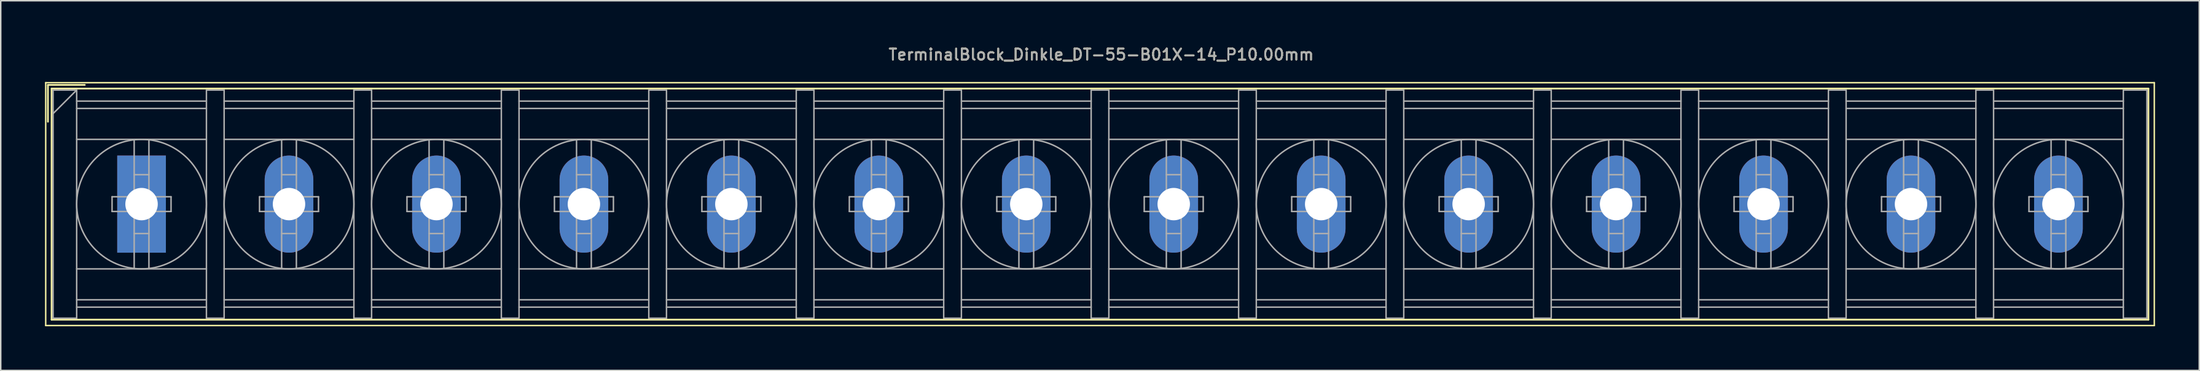
<source format=kicad_pcb>
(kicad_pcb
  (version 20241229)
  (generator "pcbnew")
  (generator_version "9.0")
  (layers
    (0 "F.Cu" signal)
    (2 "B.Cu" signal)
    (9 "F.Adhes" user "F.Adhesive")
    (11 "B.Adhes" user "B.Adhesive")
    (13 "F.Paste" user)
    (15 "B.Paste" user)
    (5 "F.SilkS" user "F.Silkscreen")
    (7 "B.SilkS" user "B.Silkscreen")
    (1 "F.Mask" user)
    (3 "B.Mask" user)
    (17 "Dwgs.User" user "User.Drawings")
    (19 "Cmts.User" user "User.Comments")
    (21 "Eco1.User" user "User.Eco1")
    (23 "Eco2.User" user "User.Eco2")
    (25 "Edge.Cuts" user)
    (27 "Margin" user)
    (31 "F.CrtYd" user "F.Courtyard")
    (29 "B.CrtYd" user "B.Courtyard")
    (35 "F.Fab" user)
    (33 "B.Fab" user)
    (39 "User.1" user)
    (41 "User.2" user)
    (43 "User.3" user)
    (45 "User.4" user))
  (footprint "TerminalBlock_Dinkle_DT-55-B01X-14_P10.00mm"
    (layer "F.Cu")
    (at 6.55 10.818)
    (property "Reference" "TerminalBlock_Dinkle_DT-55-B01X-14_P10.00mm" (at 65.08 -10.16 0) (layer "F.SilkS") (effects (font (size 0.75 0.75) (thickness 0.125))))
    (attr through_hole)
    (fp_line (start -6.5 -8.25) (end 136.5 -8.25) (stroke (width 0.1) (type solid)) (layer "F.SilkS"))
    (fp_line (start -6.5 8.25) (end -6.5 -8.25) (stroke (width 0.1) (type solid)) (layer "F.SilkS"))
    (fp_line (start -6.5 8.25) (end 136.5 8.25) (stroke (width 0.1) (type solid)) (layer "F.SilkS"))
    (fp_line (start -6.35 -8.1) (end -3.85 -8.1) (stroke (width 0.12) (type solid)) (layer "F.SilkS"))
    (fp_line (start -6.35 -5.6) (end -6.35 -8.1) (stroke (width 0.12) (type solid)) (layer "F.SilkS"))
    (fp_line (start -6.1 -7.85) (end 136.1 -7.85) (stroke (width 0.12) (type solid)) (layer "F.SilkS"))
    (fp_line (start -6.1 7.85) (end -6.1 -7.85) (stroke (width 0.12) (type solid)) (layer "F.SilkS"))
    (fp_line (start -6.1 7.85) (end 136.1 7.85) (stroke (width 0.12) (type solid)) (layer "F.SilkS"))
    (fp_line (start 136.1 -7.85) (end 136.1 7.85) (stroke (width 0.12) (type solid)) (layer "F.SilkS"))
    (fp_line (start 136.5 -8.25) (end 136.5 8.25) (stroke (width 0.1) (type solid)) (layer "F.SilkS"))
    (fp_line (start -6 -7.75) (end -6 7.75) (stroke (width 0.1) (type solid)) (layer "F.Fab"))
    (fp_line (start -6 -7.75) (end -4.4 -7.75) (stroke (width 0.1) (type solid)) (layer "F.Fab"))
    (fp_line (start -6 7.75) (end -4.4 7.75) (stroke (width 0.1) (type solid)) (layer "F.Fab"))
    (fp_line (start -4.4 -7.75) (end -6 -6.15) (stroke (width 0.1) (type solid)) (layer "F.Fab"))
    (fp_line (start -4.4 -7.75) (end -4.4 7.75) (stroke (width 0.1) (type solid)) (layer "F.Fab"))
    (fp_line (start -4.4 -7) (end 4.4 -7) (stroke (width 0.1) (type solid)) (layer "F.Fab"))
    (fp_line (start -4.4 -6.5) (end 4.4 -6.5) (stroke (width 0.1) (type solid)) (layer "F.Fab"))
    (fp_line (start -4.4 -4.4) (end 4.4 -4.4) (stroke (width 0.1) (type solid)) (layer "F.Fab"))
    (fp_line (start -4.4 4.4) (end 4.4 4.4) (stroke (width 0.1) (type solid)) (layer "F.Fab"))
    (fp_line (start -4.4 6.5) (end 4.4 6.5) (stroke (width 0.1) (type solid)) (layer "F.Fab"))
    (fp_line (start -4.4 7) (end 4.4 7) (stroke (width 0.1) (type solid)) (layer "F.Fab"))
    (fp_line (start -2 -0.5) (end -2 0.5) (stroke (width 0.1) (type solid)) (layer "F.Fab"))
    (fp_line (start -2 0.5) (end -0.5 0.5) (stroke (width 0.1) (type solid)) (layer "F.Fab"))
    (fp_line (start -0.5 -4.35) (end -0.5 -0.5) (stroke (width 0.1) (type solid)) (layer "F.Fab"))
    (fp_line (start -0.5 -2) (end 0.5 -2) (stroke (width 0.1) (type solid)) (layer "F.Fab"))
    (fp_line (start -0.5 -0.5) (end -2 -0.5) (stroke (width 0.1) (type solid)) (layer "F.Fab"))
    (fp_line (start -0.5 0.5) (end -0.5 4.35) (stroke (width 0.1) (type solid)) (layer "F.Fab"))
    (fp_line (start -0.5 2) (end 0.5 2) (stroke (width 0.1) (type solid)) (layer "F.Fab"))
    (fp_line (start 0.5 -4.35) (end 0.5 -0.5) (stroke (width 0.1) (type solid)) (layer "F.Fab"))
    (fp_line (start 0.5 -0.5) (end 2 -0.5) (stroke (width 0.1) (type solid)) (layer "F.Fab"))
    (fp_line (start 0.5 0.5) (end 0.5 4.35) (stroke (width 0.1) (type solid)) (layer "F.Fab"))
    (fp_line (start 2 -0.5) (end 2 0.5) (stroke (width 0.1) (type solid)) (layer "F.Fab"))
    (fp_line (start 2 0.5) (end 0.5 0.5) (stroke (width 0.1) (type solid)) (layer "F.Fab"))
    (fp_line (start 4.4 -7.75) (end 4.4 7.75) (stroke (width 0.1) (type solid)) (layer "F.Fab"))
    (fp_line (start 4.4 -7.75) (end 5.6 -7.75) (stroke (width 0.1) (type solid)) (layer "F.Fab"))
    (fp_line (start 4.4 7.75) (end 5.6 7.75) (stroke (width 0.1) (type solid)) (layer "F.Fab"))
    (fp_line (start 5.6 -7.75) (end 5.6 7.75) (stroke (width 0.1) (type solid)) (layer "F.Fab"))
    (fp_line (start 5.6 -7) (end 14.4 -7) (stroke (width 0.1) (type solid)) (layer "F.Fab"))
    (fp_line (start 5.6 -6.5) (end 14.4 -6.5) (stroke (width 0.1) (type solid)) (layer "F.Fab"))
    (fp_line (start 5.6 -4.4) (end 14.4 -4.4) (stroke (width 0.1) (type solid)) (layer "F.Fab"))
    (fp_line (start 5.6 4.4) (end 14.4 4.4) (stroke (width 0.1) (type solid)) (layer "F.Fab"))
    (fp_line (start 5.6 6.5) (end 14.4 6.5) (stroke (width 0.1) (type solid)) (layer "F.Fab"))
    (fp_line (start 5.6 7) (end 14.4 7) (stroke (width 0.1) (type solid)) (layer "F.Fab"))
    (fp_line (start 8 -0.5) (end 8 0.5) (stroke (width 0.1) (type solid)) (layer "F.Fab"))
    (fp_line (start 8 0.5) (end 9.5 0.5) (stroke (width 0.1) (type solid)) (layer "F.Fab"))
    (fp_line (start 9.5 -4.35) (end 9.5 -0.5) (stroke (width 0.1) (type solid)) (layer "F.Fab"))
    (fp_line (start 9.5 -2) (end 10.5 -2) (stroke (width 0.1) (type solid)) (layer "F.Fab"))
    (fp_line (start 9.5 -0.5) (end 8 -0.5) (stroke (width 0.1) (type solid)) (layer "F.Fab"))
    (fp_line (start 9.5 0.5) (end 9.5 4.35) (stroke (width 0.1) (type solid)) (layer "F.Fab"))
    (fp_line (start 9.5 2) (end 10.5 2) (stroke (width 0.1) (type solid)) (layer "F.Fab"))
    (fp_line (start 10.5 -4.35) (end 10.5 -0.5) (stroke (width 0.1) (type solid)) (layer "F.Fab"))
    (fp_line (start 10.5 -0.5) (end 12 -0.5) (stroke (width 0.1) (type solid)) (layer "F.Fab"))
    (fp_line (start 10.5 0.5) (end 10.5 4.35) (stroke (width 0.1) (type solid)) (layer "F.Fab"))
    (fp_line (start 12 -0.5) (end 12 0.5) (stroke (width 0.1) (type solid)) (layer "F.Fab"))
    (fp_line (start 12 0.5) (end 10.5 0.5) (stroke (width 0.1) (type solid)) (layer "F.Fab"))
    (fp_line (start 14.4 -7.75) (end 14.4 7.75) (stroke (width 0.1) (type solid)) (layer "F.Fab"))
    (fp_line (start 14.4 -7.75) (end 15.6 -7.75) (stroke (width 0.1) (type solid)) (layer "F.Fab"))
    (fp_line (start 14.4 7.75) (end 15.6 7.75) (stroke (width 0.1) (type solid)) (layer "F.Fab"))
    (fp_line (start 15.6 -7.75) (end 15.6 7.75) (stroke (width 0.1) (type solid)) (layer "F.Fab"))
    (fp_line (start 15.6 -7) (end 24.4 -7) (stroke (width 0.1) (type solid)) (layer "F.Fab"))
    (fp_line (start 15.6 -6.5) (end 24.4 -6.5) (stroke (width 0.1) (type solid)) (layer "F.Fab"))
    (fp_line (start 15.6 -4.4) (end 24.4 -4.4) (stroke (width 0.1) (type solid)) (layer "F.Fab"))
    (fp_line (start 15.6 4.4) (end 24.4 4.4) (stroke (width 0.1) (type solid)) (layer "F.Fab"))
    (fp_line (start 15.6 6.5) (end 24.4 6.5) (stroke (width 0.1) (type solid)) (layer "F.Fab"))
    (fp_line (start 15.6 7) (end 24.4 7) (stroke (width 0.1) (type solid)) (layer "F.Fab"))
    (fp_line (start 18 -0.5) (end 18 0.5) (stroke (width 0.1) (type solid)) (layer "F.Fab"))
    (fp_line (start 18 0.5) (end 19.5 0.5) (stroke (width 0.1) (type solid)) (layer "F.Fab"))
    (fp_line (start 19.5 -4.35) (end 19.5 -0.5) (stroke (width 0.1) (type solid)) (layer "F.Fab"))
    (fp_line (start 19.5 -2) (end 20.5 -2) (stroke (width 0.1) (type solid)) (layer "F.Fab"))
    (fp_line (start 19.5 -0.5) (end 18 -0.5) (stroke (width 0.1) (type solid)) (layer "F.Fab"))
    (fp_line (start 19.5 0.5) (end 19.5 4.35) (stroke (width 0.1) (type solid)) (layer "F.Fab"))
    (fp_line (start 19.5 2) (end 20.5 2) (stroke (width 0.1) (type solid)) (layer "F.Fab"))
    (fp_line (start 20.5 -4.35) (end 20.5 -0.5) (stroke (width 0.1) (type solid)) (layer "F.Fab"))
    (fp_line (start 20.5 -0.5) (end 22 -0.5) (stroke (width 0.1) (type solid)) (layer "F.Fab"))
    (fp_line (start 20.5 0.5) (end 20.5 4.35) (stroke (width 0.1) (type solid)) (layer "F.Fab"))
    (fp_line (start 22 -0.5) (end 22 0.5) (stroke (width 0.1) (type solid)) (layer "F.Fab"))
    (fp_line (start 22 0.5) (end 20.5 0.5) (stroke (width 0.1) (type solid)) (layer "F.Fab"))
    (fp_line (start 24.4 -7.75) (end 24.4 7.75) (stroke (width 0.1) (type solid)) (layer "F.Fab"))
    (fp_line (start 24.4 -7.75) (end 25.6 -7.75) (stroke (width 0.1) (type solid)) (layer "F.Fab"))
    (fp_line (start 24.4 7.75) (end 25.6 7.75) (stroke (width 0.1) (type solid)) (layer "F.Fab"))
    (fp_line (start 25.6 -7.75) (end 25.6 7.75) (stroke (width 0.1) (type solid)) (layer "F.Fab"))
    (fp_line (start 25.6 -7) (end 34.4 -7) (stroke (width 0.1) (type solid)) (layer "F.Fab"))
    (fp_line (start 25.6 -6.5) (end 34.4 -6.5) (stroke (width 0.1) (type solid)) (layer "F.Fab"))
    (fp_line (start 25.6 -4.4) (end 34.4 -4.4) (stroke (width 0.1) (type solid)) (layer "F.Fab"))
    (fp_line (start 25.6 4.4) (end 34.4 4.4) (stroke (width 0.1) (type solid)) (layer "F.Fab"))
    (fp_line (start 25.6 6.5) (end 34.4 6.5) (stroke (width 0.1) (type solid)) (layer "F.Fab"))
    (fp_line (start 25.6 7) (end 34.4 7) (stroke (width 0.1) (type solid)) (layer "F.Fab"))
    (fp_line (start 28 -0.5) (end 28 0.5) (stroke (width 0.1) (type solid)) (layer "F.Fab"))
    (fp_line (start 28 0.5) (end 29.5 0.5) (stroke (width 0.1) (type solid)) (layer "F.Fab"))
    (fp_line (start 29.5 -4.35) (end 29.5 -0.5) (stroke (width 0.1) (type solid)) (layer "F.Fab"))
    (fp_line (start 29.5 -2) (end 30.5 -2) (stroke (width 0.1) (type solid)) (layer "F.Fab"))
    (fp_line (start 29.5 -0.5) (end 28 -0.5) (stroke (width 0.1) (type solid)) (layer "F.Fab"))
    (fp_line (start 29.5 0.5) (end 29.5 4.35) (stroke (width 0.1) (type solid)) (layer "F.Fab"))
    (fp_line (start 29.5 2) (end 30.5 2) (stroke (width 0.1) (type solid)) (layer "F.Fab"))
    (fp_line (start 30.5 -4.35) (end 30.5 -0.5) (stroke (width 0.1) (type solid)) (layer "F.Fab"))
    (fp_line (start 30.5 -0.5) (end 32 -0.5) (stroke (width 0.1) (type solid)) (layer "F.Fab"))
    (fp_line (start 30.5 0.5) (end 30.5 4.35) (stroke (width 0.1) (type solid)) (layer "F.Fab"))
    (fp_line (start 32 -0.5) (end 32 0.5) (stroke (width 0.1) (type solid)) (layer "F.Fab"))
    (fp_line (start 32 0.5) (end 30.5 0.5) (stroke (width 0.1) (type solid)) (layer "F.Fab"))
    (fp_line (start 34.4 -7.75) (end 34.4 7.75) (stroke (width 0.1) (type solid)) (layer "F.Fab"))
    (fp_line (start 34.4 -7.75) (end 35.6 -7.75) (stroke (width 0.1) (type solid)) (layer "F.Fab"))
    (fp_line (start 34.4 7.75) (end 35.6 7.75) (stroke (width 0.1) (type solid)) (layer "F.Fab"))
    (fp_line (start 35.6 -7.75) (end 35.6 7.75) (stroke (width 0.1) (type solid)) (layer "F.Fab"))
    (fp_line (start 35.6 -7) (end 44.4 -7) (stroke (width 0.1) (type solid)) (layer "F.Fab"))
    (fp_line (start 35.6 -6.5) (end 44.4 -6.5) (stroke (width 0.1) (type solid)) (layer "F.Fab"))
    (fp_line (start 35.6 -4.4) (end 44.4 -4.4) (stroke (width 0.1) (type solid)) (layer "F.Fab"))
    (fp_line (start 35.6 4.4) (end 44.4 4.4) (stroke (width 0.1) (type solid)) (layer "F.Fab"))
    (fp_line (start 35.6 6.5) (end 44.4 6.5) (stroke (width 0.1) (type solid)) (layer "F.Fab"))
    (fp_line (start 35.6 7) (end 44.4 7) (stroke (width 0.1) (type solid)) (layer "F.Fab"))
    (fp_line (start 38 -0.5) (end 38 0.5) (stroke (width 0.1) (type solid)) (layer "F.Fab"))
    (fp_line (start 38 0.5) (end 39.5 0.5) (stroke (width 0.1) (type solid)) (layer "F.Fab"))
    (fp_line (start 39.5 -4.35) (end 39.5 -0.5) (stroke (width 0.1) (type solid)) (layer "F.Fab"))
    (fp_line (start 39.5 -2) (end 40.5 -2) (stroke (width 0.1) (type solid)) (layer "F.Fab"))
    (fp_line (start 39.5 -0.5) (end 38 -0.5) (stroke (width 0.1) (type solid)) (layer "F.Fab"))
    (fp_line (start 39.5 0.5) (end 39.5 4.35) (stroke (width 0.1) (type solid)) (layer "F.Fab"))
    (fp_line (start 39.5 2) (end 40.5 2) (stroke (width 0.1) (type solid)) (layer "F.Fab"))
    (fp_line (start 40.5 -4.35) (end 40.5 -0.5) (stroke (width 0.1) (type solid)) (layer "F.Fab"))
    (fp_line (start 40.5 -0.5) (end 42 -0.5) (stroke (width 0.1) (type solid)) (layer "F.Fab"))
    (fp_line (start 40.5 0.5) (end 40.5 4.35) (stroke (width 0.1) (type solid)) (layer "F.Fab"))
    (fp_line (start 42 -0.5) (end 42 0.5) (stroke (width 0.1) (type solid)) (layer "F.Fab"))
    (fp_line (start 42 0.5) (end 40.5 0.5) (stroke (width 0.1) (type solid)) (layer "F.Fab"))
    (fp_line (start 44.4 -7.75) (end 44.4 7.75) (stroke (width 0.1) (type solid)) (layer "F.Fab"))
    (fp_line (start 44.4 -7.75) (end 45.6 -7.75) (stroke (width 0.1) (type solid)) (layer "F.Fab"))
    (fp_line (start 44.4 7.75) (end 45.6 7.75) (stroke (width 0.1) (type solid)) (layer "F.Fab"))
    (fp_line (start 45.6 -7.75) (end 45.6 7.75) (stroke (width 0.1) (type solid)) (layer "F.Fab"))
    (fp_line (start 45.6 -7) (end 54.4 -7) (stroke (width 0.1) (type solid)) (layer "F.Fab"))
    (fp_line (start 45.6 -6.5) (end 54.4 -6.5) (stroke (width 0.1) (type solid)) (layer "F.Fab"))
    (fp_line (start 45.6 -4.4) (end 54.4 -4.4) (stroke (width 0.1) (type solid)) (layer "F.Fab"))
    (fp_line (start 45.6 4.4) (end 54.4 4.4) (stroke (width 0.1) (type solid)) (layer "F.Fab"))
    (fp_line (start 45.6 6.5) (end 54.4 6.5) (stroke (width 0.1) (type solid)) (layer "F.Fab"))
    (fp_line (start 45.6 7) (end 54.4 7) (stroke (width 0.1) (type solid)) (layer "F.Fab"))
    (fp_line (start 48 -0.5) (end 48 0.5) (stroke (width 0.1) (type solid)) (layer "F.Fab"))
    (fp_line (start 48 0.5) (end 49.5 0.5) (stroke (width 0.1) (type solid)) (layer "F.Fab"))
    (fp_line (start 49.5 -4.35) (end 49.5 -0.5) (stroke (width 0.1) (type solid)) (layer "F.Fab"))
    (fp_line (start 49.5 -2) (end 50.5 -2) (stroke (width 0.1) (type solid)) (layer "F.Fab"))
    (fp_line (start 49.5 -0.5) (end 48 -0.5) (stroke (width 0.1) (type solid)) (layer "F.Fab"))
    (fp_line (start 49.5 0.5) (end 49.5 4.35) (stroke (width 0.1) (type solid)) (layer "F.Fab"))
    (fp_line (start 49.5 2) (end 50.5 2) (stroke (width 0.1) (type solid)) (layer "F.Fab"))
    (fp_line (start 50.5 -4.35) (end 50.5 -0.5) (stroke (width 0.1) (type solid)) (layer "F.Fab"))
    (fp_line (start 50.5 -0.5) (end 52 -0.5) (stroke (width 0.1) (type solid)) (layer "F.Fab"))
    (fp_line (start 50.5 0.5) (end 50.5 4.35) (stroke (width 0.1) (type solid)) (layer "F.Fab"))
    (fp_line (start 52 -0.5) (end 52 0.5) (stroke (width 0.1) (type solid)) (layer "F.Fab"))
    (fp_line (start 52 0.5) (end 50.5 0.5) (stroke (width 0.1) (type solid)) (layer "F.Fab"))
    (fp_line (start 54.4 -7.75) (end 54.4 7.75) (stroke (width 0.1) (type solid)) (layer "F.Fab"))
    (fp_line (start 54.4 -7.75) (end 55.6 -7.75) (stroke (width 0.1) (type solid)) (layer "F.Fab"))
    (fp_line (start 54.4 7.75) (end 55.6 7.75) (stroke (width 0.1) (type solid)) (layer "F.Fab"))
    (fp_line (start 55.6 -7.75) (end 55.6 7.75) (stroke (width 0.1) (type solid)) (layer "F.Fab"))
    (fp_line (start 55.6 -7) (end 64.4 -7) (stroke (width 0.1) (type solid)) (layer "F.Fab"))
    (fp_line (start 55.6 -6.5) (end 64.4 -6.5) (stroke (width 0.1) (type solid)) (layer "F.Fab"))
    (fp_line (start 55.6 -4.4) (end 64.4 -4.4) (stroke (width 0.1) (type solid)) (layer "F.Fab"))
    (fp_line (start 55.6 4.4) (end 64.4 4.4) (stroke (width 0.1) (type solid)) (layer "F.Fab"))
    (fp_line (start 55.6 6.5) (end 64.4 6.5) (stroke (width 0.1) (type solid)) (layer "F.Fab"))
    (fp_line (start 55.6 7) (end 64.4 7) (stroke (width 0.1) (type solid)) (layer "F.Fab"))
    (fp_line (start 58 -0.5) (end 58 0.5) (stroke (width 0.1) (type solid)) (layer "F.Fab"))
    (fp_line (start 58 0.5) (end 59.5 0.5) (stroke (width 0.1) (type solid)) (layer "F.Fab"))
    (fp_line (start 59.5 -4.35) (end 59.5 -0.5) (stroke (width 0.1) (type solid)) (layer "F.Fab"))
    (fp_line (start 59.5 -2) (end 60.5 -2) (stroke (width 0.1) (type solid)) (layer "F.Fab"))
    (fp_line (start 59.5 -0.5) (end 58 -0.5) (stroke (width 0.1) (type solid)) (layer "F.Fab"))
    (fp_line (start 59.5 0.5) (end 59.5 4.35) (stroke (width 0.1) (type solid)) (layer "F.Fab"))
    (fp_line (start 59.5 2) (end 60.5 2) (stroke (width 0.1) (type solid)) (layer "F.Fab"))
    (fp_line (start 60.5 -4.35) (end 60.5 -0.5) (stroke (width 0.1) (type solid)) (layer "F.Fab"))
    (fp_line (start 60.5 -0.5) (end 62 -0.5) (stroke (width 0.1) (type solid)) (layer "F.Fab"))
    (fp_line (start 60.5 0.5) (end 60.5 4.35) (stroke (width 0.1) (type solid)) (layer "F.Fab"))
    (fp_line (start 62 -0.5) (end 62 0.5) (stroke (width 0.1) (type solid)) (layer "F.Fab"))
    (fp_line (start 62 0.5) (end 60.5 0.5) (stroke (width 0.1) (type solid)) (layer "F.Fab"))
    (fp_line (start 64.4 -7.75) (end 64.4 7.75) (stroke (width 0.1) (type solid)) (layer "F.Fab"))
    (fp_line (start 64.4 -7.75) (end 65.6 -7.75) (stroke (width 0.1) (type solid)) (layer "F.Fab"))
    (fp_line (start 64.4 7.75) (end 65.6 7.75) (stroke (width 0.1) (type solid)) (layer "F.Fab"))
    (fp_line (start 65.6 -7.75) (end 65.6 7.75) (stroke (width 0.1) (type solid)) (layer "F.Fab"))
    (fp_line (start 65.6 -7) (end 74.4 -7) (stroke (width 0.1) (type solid)) (layer "F.Fab"))
    (fp_line (start 65.6 -6.5) (end 74.4 -6.5) (stroke (width 0.1) (type solid)) (layer "F.Fab"))
    (fp_line (start 65.6 -4.4) (end 74.4 -4.4) (stroke (width 0.1) (type solid)) (layer "F.Fab"))
    (fp_line (start 65.6 4.4) (end 74.4 4.4) (stroke (width 0.1) (type solid)) (layer "F.Fab"))
    (fp_line (start 65.6 6.5) (end 74.4 6.5) (stroke (width 0.1) (type solid)) (layer "F.Fab"))
    (fp_line (start 65.6 7) (end 74.4 7) (stroke (width 0.1) (type solid)) (layer "F.Fab"))
    (fp_line (start 68 -0.5) (end 68 0.5) (stroke (width 0.1) (type solid)) (layer "F.Fab"))
    (fp_line (start 68 0.5) (end 69.5 0.5) (stroke (width 0.1) (type solid)) (layer "F.Fab"))
    (fp_line (start 69.5 -4.35) (end 69.5 -0.5) (stroke (width 0.1) (type solid)) (layer "F.Fab"))
    (fp_line (start 69.5 -2) (end 70.5 -2) (stroke (width 0.1) (type solid)) (layer "F.Fab"))
    (fp_line (start 69.5 -0.5) (end 68 -0.5) (stroke (width 0.1) (type solid)) (layer "F.Fab"))
    (fp_line (start 69.5 0.5) (end 69.5 4.35) (stroke (width 0.1) (type solid)) (layer "F.Fab"))
    (fp_line (start 69.5 2) (end 70.5 2) (stroke (width 0.1) (type solid)) (layer "F.Fab"))
    (fp_line (start 70.5 -4.35) (end 70.5 -0.5) (stroke (width 0.1) (type solid)) (layer "F.Fab"))
    (fp_line (start 70.5 -0.5) (end 72 -0.5) (stroke (width 0.1) (type solid)) (layer "F.Fab"))
    (fp_line (start 70.5 0.5) (end 70.5 4.35) (stroke (width 0.1) (type solid)) (layer "F.Fab"))
    (fp_line (start 72 -0.5) (end 72 0.5) (stroke (width 0.1) (type solid)) (layer "F.Fab"))
    (fp_line (start 72 0.5) (end 70.5 0.5) (stroke (width 0.1) (type solid)) (layer "F.Fab"))
    (fp_line (start 74.4 -7.75) (end 74.4 7.75) (stroke (width 0.1) (type solid)) (layer "F.Fab"))
    (fp_line (start 74.4 -7.75) (end 75.6 -7.75) (stroke (width 0.1) (type solid)) (layer "F.Fab"))
    (fp_line (start 74.4 7.75) (end 75.6 7.75) (stroke (width 0.1) (type solid)) (layer "F.Fab"))
    (fp_line (start 75.6 -7.75) (end 75.6 7.75) (stroke (width 0.1) (type solid)) (layer "F.Fab"))
    (fp_line (start 75.6 -7) (end 84.4 -7) (stroke (width 0.1) (type solid)) (layer "F.Fab"))
    (fp_line (start 75.6 -6.5) (end 84.4 -6.5) (stroke (width 0.1) (type solid)) (layer "F.Fab"))
    (fp_line (start 75.6 -4.4) (end 84.4 -4.4) (stroke (width 0.1) (type solid)) (layer "F.Fab"))
    (fp_line (start 75.6 4.4) (end 84.4 4.4) (stroke (width 0.1) (type solid)) (layer "F.Fab"))
    (fp_line (start 75.6 6.5) (end 84.4 6.5) (stroke (width 0.1) (type solid)) (layer "F.Fab"))
    (fp_line (start 75.6 7) (end 84.4 7) (stroke (width 0.1) (type solid)) (layer "F.Fab"))
    (fp_line (start 78 -0.5) (end 78 0.5) (stroke (width 0.1) (type solid)) (layer "F.Fab"))
    (fp_line (start 78 0.5) (end 79.5 0.5) (stroke (width 0.1) (type solid)) (layer "F.Fab"))
    (fp_line (start 79.5 -4.35) (end 79.5 -0.5) (stroke (width 0.1) (type solid)) (layer "F.Fab"))
    (fp_line (start 79.5 -2) (end 80.5 -2) (stroke (width 0.1) (type solid)) (layer "F.Fab"))
    (fp_line (start 79.5 -0.5) (end 78 -0.5) (stroke (width 0.1) (type solid)) (layer "F.Fab"))
    (fp_line (start 79.5 0.5) (end 79.5 4.35) (stroke (width 0.1) (type solid)) (layer "F.Fab"))
    (fp_line (start 79.5 2) (end 80.5 2) (stroke (width 0.1) (type solid)) (layer "F.Fab"))
    (fp_line (start 80.5 -4.35) (end 80.5 -0.5) (stroke (width 0.1) (type solid)) (layer "F.Fab"))
    (fp_line (start 80.5 -0.5) (end 82 -0.5) (stroke (width 0.1) (type solid)) (layer "F.Fab"))
    (fp_line (start 80.5 0.5) (end 80.5 4.35) (stroke (width 0.1) (type solid)) (layer "F.Fab"))
    (fp_line (start 82 -0.5) (end 82 0.5) (stroke (width 0.1) (type solid)) (layer "F.Fab"))
    (fp_line (start 82 0.5) (end 80.5 0.5) (stroke (width 0.1) (type solid)) (layer "F.Fab"))
    (fp_line (start 84.4 -7.75) (end 84.4 7.75) (stroke (width 0.1) (type solid)) (layer "F.Fab"))
    (fp_line (start 84.4 -7.75) (end 85.6 -7.75) (stroke (width 0.1) (type solid)) (layer "F.Fab"))
    (fp_line (start 84.4 7.75) (end 85.6 7.75) (stroke (width 0.1) (type solid)) (layer "F.Fab"))
    (fp_line (start 85.6 -7.75) (end 85.6 7.75) (stroke (width 0.1) (type solid)) (layer "F.Fab"))
    (fp_line (start 85.6 -7) (end 94.4 -7) (stroke (width 0.1) (type solid)) (layer "F.Fab"))
    (fp_line (start 85.6 -6.5) (end 94.4 -6.5) (stroke (width 0.1) (type solid)) (layer "F.Fab"))
    (fp_line (start 85.6 -4.4) (end 94.4 -4.4) (stroke (width 0.1) (type solid)) (layer "F.Fab"))
    (fp_line (start 85.6 4.4) (end 94.4 4.4) (stroke (width 0.1) (type solid)) (layer "F.Fab"))
    (fp_line (start 85.6 6.5) (end 94.4 6.5) (stroke (width 0.1) (type solid)) (layer "F.Fab"))
    (fp_line (start 85.6 7) (end 94.4 7) (stroke (width 0.1) (type solid)) (layer "F.Fab"))
    (fp_line (start 88 -0.5) (end 88 0.5) (stroke (width 0.1) (type solid)) (layer "F.Fab"))
    (fp_line (start 88 0.5) (end 89.5 0.5) (stroke (width 0.1) (type solid)) (layer "F.Fab"))
    (fp_line (start 89.5 -4.35) (end 89.5 -0.5) (stroke (width 0.1) (type solid)) (layer "F.Fab"))
    (fp_line (start 89.5 -2) (end 90.5 -2) (stroke (width 0.1) (type solid)) (layer "F.Fab"))
    (fp_line (start 89.5 -0.5) (end 88 -0.5) (stroke (width 0.1) (type solid)) (layer "F.Fab"))
    (fp_line (start 89.5 0.5) (end 89.5 4.35) (stroke (width 0.1) (type solid)) (layer "F.Fab"))
    (fp_line (start 89.5 2) (end 90.5 2) (stroke (width 0.1) (type solid)) (layer "F.Fab"))
    (fp_line (start 90.5 -4.35) (end 90.5 -0.5) (stroke (width 0.1) (type solid)) (layer "F.Fab"))
    (fp_line (start 90.5 -0.5) (end 92 -0.5) (stroke (width 0.1) (type solid)) (layer "F.Fab"))
    (fp_line (start 90.5 0.5) (end 90.5 4.35) (stroke (width 0.1) (type solid)) (layer "F.Fab"))
    (fp_line (start 92 -0.5) (end 92 0.5) (stroke (width 0.1) (type solid)) (layer "F.Fab"))
    (fp_line (start 92 0.5) (end 90.5 0.5) (stroke (width 0.1) (type solid)) (layer "F.Fab"))
    (fp_line (start 94.4 -7.75) (end 94.4 7.75) (stroke (width 0.1) (type solid)) (layer "F.Fab"))
    (fp_line (start 94.4 -7.75) (end 95.6 -7.75) (stroke (width 0.1) (type solid)) (layer "F.Fab"))
    (fp_line (start 94.4 7.75) (end 95.6 7.75) (stroke (width 0.1) (type solid)) (layer "F.Fab"))
    (fp_line (start 95.6 -7.75) (end 95.6 7.75) (stroke (width 0.1) (type solid)) (layer "F.Fab"))
    (fp_line (start 95.6 -7) (end 104.4 -7) (stroke (width 0.1) (type solid)) (layer "F.Fab"))
    (fp_line (start 95.6 -6.5) (end 104.4 -6.5) (stroke (width 0.1) (type solid)) (layer "F.Fab"))
    (fp_line (start 95.6 -4.4) (end 104.4 -4.4) (stroke (width 0.1) (type solid)) (layer "F.Fab"))
    (fp_line (start 95.6 4.4) (end 104.4 4.4) (stroke (width 0.1) (type solid)) (layer "F.Fab"))
    (fp_line (start 95.6 6.5) (end 104.4 6.5) (stroke (width 0.1) (type solid)) (layer "F.Fab"))
    (fp_line (start 95.6 7) (end 104.4 7) (stroke (width 0.1) (type solid)) (layer "F.Fab"))
    (fp_line (start 98 -0.5) (end 98 0.5) (stroke (width 0.1) (type solid)) (layer "F.Fab"))
    (fp_line (start 98 0.5) (end 99.5 0.5) (stroke (width 0.1) (type solid)) (layer "F.Fab"))
    (fp_line (start 99.5 -4.35) (end 99.5 -0.5) (stroke (width 0.1) (type solid)) (layer "F.Fab"))
    (fp_line (start 99.5 -2) (end 100.5 -2) (stroke (width 0.1) (type solid)) (layer "F.Fab"))
    (fp_line (start 99.5 -0.5) (end 98 -0.5) (stroke (width 0.1) (type solid)) (layer "F.Fab"))
    (fp_line (start 99.5 0.5) (end 99.5 4.35) (stroke (width 0.1) (type solid)) (layer "F.Fab"))
    (fp_line (start 99.5 2) (end 100.5 2) (stroke (width 0.1) (type solid)) (layer "F.Fab"))
    (fp_line (start 100.5 -4.35) (end 100.5 -0.5) (stroke (width 0.1) (type solid)) (layer "F.Fab"))
    (fp_line (start 100.5 -0.5) (end 102 -0.5) (stroke (width 0.1) (type solid)) (layer "F.Fab"))
    (fp_line (start 100.5 0.5) (end 100.5 4.35) (stroke (width 0.1) (type solid)) (layer "F.Fab"))
    (fp_line (start 102 -0.5) (end 102 0.5) (stroke (width 0.1) (type solid)) (layer "F.Fab"))
    (fp_line (start 102 0.5) (end 100.5 0.5) (stroke (width 0.1) (type solid)) (layer "F.Fab"))
    (fp_line (start 104.4 -7.75) (end 104.4 7.75) (stroke (width 0.1) (type solid)) (layer "F.Fab"))
    (fp_line (start 104.4 -7.75) (end 105.6 -7.75) (stroke (width 0.1) (type solid)) (layer "F.Fab"))
    (fp_line (start 104.4 7.75) (end 105.6 7.75) (stroke (width 0.1) (type solid)) (layer "F.Fab"))
    (fp_line (start 105.6 -7.75) (end 105.6 7.75) (stroke (width 0.1) (type solid)) (layer "F.Fab"))
    (fp_line (start 105.6 -7) (end 114.4 -7) (stroke (width 0.1) (type solid)) (layer "F.Fab"))
    (fp_line (start 105.6 -6.5) (end 114.4 -6.5) (stroke (width 0.1) (type solid)) (layer "F.Fab"))
    (fp_line (start 105.6 -4.4) (end 114.4 -4.4) (stroke (width 0.1) (type solid)) (layer "F.Fab"))
    (fp_line (start 105.6 4.4) (end 114.4 4.4) (stroke (width 0.1) (type solid)) (layer "F.Fab"))
    (fp_line (start 105.6 6.5) (end 114.4 6.5) (stroke (width 0.1) (type solid)) (layer "F.Fab"))
    (fp_line (start 105.6 7) (end 114.4 7) (stroke (width 0.1) (type solid)) (layer "F.Fab"))
    (fp_line (start 108 -0.5) (end 108 0.5) (stroke (width 0.1) (type solid)) (layer "F.Fab"))
    (fp_line (start 108 0.5) (end 109.5 0.5) (stroke (width 0.1) (type solid)) (layer "F.Fab"))
    (fp_line (start 109.5 -4.35) (end 109.5 -0.5) (stroke (width 0.1) (type solid)) (layer "F.Fab"))
    (fp_line (start 109.5 -2) (end 110.5 -2) (stroke (width 0.1) (type solid)) (layer "F.Fab"))
    (fp_line (start 109.5 -0.5) (end 108 -0.5) (stroke (width 0.1) (type solid)) (layer "F.Fab"))
    (fp_line (start 109.5 0.5) (end 109.5 4.35) (stroke (width 0.1) (type solid)) (layer "F.Fab"))
    (fp_line (start 109.5 2) (end 110.5 2) (stroke (width 0.1) (type solid)) (layer "F.Fab"))
    (fp_line (start 110.5 -4.35) (end 110.5 -0.5) (stroke (width 0.1) (type solid)) (layer "F.Fab"))
    (fp_line (start 110.5 -0.5) (end 112 -0.5) (stroke (width 0.1) (type solid)) (layer "F.Fab"))
    (fp_line (start 110.5 0.5) (end 110.5 4.35) (stroke (width 0.1) (type solid)) (layer "F.Fab"))
    (fp_line (start 112 -0.5) (end 112 0.5) (stroke (width 0.1) (type solid)) (layer "F.Fab"))
    (fp_line (start 112 0.5) (end 110.5 0.5) (stroke (width 0.1) (type solid)) (layer "F.Fab"))
    (fp_line (start 114.4 -7.75) (end 114.4 7.75) (stroke (width 0.1) (type solid)) (layer "F.Fab"))
    (fp_line (start 114.4 -7.75) (end 115.6 -7.75) (stroke (width 0.1) (type solid)) (layer "F.Fab"))
    (fp_line (start 114.4 7.75) (end 115.6 7.75) (stroke (width 0.1) (type solid)) (layer "F.Fab"))
    (fp_line (start 115.6 -7.75) (end 115.6 7.75) (stroke (width 0.1) (type solid)) (layer "F.Fab"))
    (fp_line (start 115.6 -7) (end 124.4 -7) (stroke (width 0.1) (type solid)) (layer "F.Fab"))
    (fp_line (start 115.6 -6.5) (end 124.4 -6.5) (stroke (width 0.1) (type solid)) (layer "F.Fab"))
    (fp_line (start 115.6 -4.4) (end 124.4 -4.4) (stroke (width 0.1) (type solid)) (layer "F.Fab"))
    (fp_line (start 115.6 4.4) (end 124.4 4.4) (stroke (width 0.1) (type solid)) (layer "F.Fab"))
    (fp_line (start 115.6 6.5) (end 124.4 6.5) (stroke (width 0.1) (type solid)) (layer "F.Fab"))
    (fp_line (start 115.6 7) (end 124.4 7) (stroke (width 0.1) (type solid)) (layer "F.Fab"))
    (fp_line (start 118 -0.5) (end 118 0.5) (stroke (width 0.1) (type solid)) (layer "F.Fab"))
    (fp_line (start 118 0.5) (end 119.5 0.5) (stroke (width 0.1) (type solid)) (layer "F.Fab"))
    (fp_line (start 119.5 -4.35) (end 119.5 -0.5) (stroke (width 0.1) (type solid)) (layer "F.Fab"))
    (fp_line (start 119.5 -2) (end 120.5 -2) (stroke (width 0.1) (type solid)) (layer "F.Fab"))
    (fp_line (start 119.5 -0.5) (end 118 -0.5) (stroke (width 0.1) (type solid)) (layer "F.Fab"))
    (fp_line (start 119.5 0.5) (end 119.5 4.35) (stroke (width 0.1) (type solid)) (layer "F.Fab"))
    (fp_line (start 119.5 2) (end 120.5 2) (stroke (width 0.1) (type solid)) (layer "F.Fab"))
    (fp_line (start 120.5 -4.35) (end 120.5 -0.5) (stroke (width 0.1) (type solid)) (layer "F.Fab"))
    (fp_line (start 120.5 -0.5) (end 122 -0.5) (stroke (width 0.1) (type solid)) (layer "F.Fab"))
    (fp_line (start 120.5 0.5) (end 120.5 4.35) (stroke (width 0.1) (type solid)) (layer "F.Fab"))
    (fp_line (start 122 -0.5) (end 122 0.5) (stroke (width 0.1) (type solid)) (layer "F.Fab"))
    (fp_line (start 122 0.5) (end 120.5 0.5) (stroke (width 0.1) (type solid)) (layer "F.Fab"))
    (fp_line (start 124.4 -7.75) (end 124.4 7.75) (stroke (width 0.1) (type solid)) (layer "F.Fab"))
    (fp_line (start 124.4 -7.75) (end 125.6 -7.75) (stroke (width 0.1) (type solid)) (layer "F.Fab"))
    (fp_line (start 124.4 7.75) (end 125.6 7.75) (stroke (width 0.1) (type solid)) (layer "F.Fab"))
    (fp_line (start 125.6 -7.75) (end 125.6 7.75) (stroke (width 0.1) (type solid)) (layer "F.Fab"))
    (fp_line (start 125.6 -7) (end 134.4 -7) (stroke (width 0.1) (type solid)) (layer "F.Fab"))
    (fp_line (start 125.6 -6.5) (end 134.4 -6.5) (stroke (width 0.1) (type solid)) (layer "F.Fab"))
    (fp_line (start 125.6 -4.4) (end 134.4 -4.4) (stroke (width 0.1) (type solid)) (layer "F.Fab"))
    (fp_line (start 125.6 4.4) (end 134.4 4.4) (stroke (width 0.1) (type solid)) (layer "F.Fab"))
    (fp_line (start 125.6 6.5) (end 134.4 6.5) (stroke (width 0.1) (type solid)) (layer "F.Fab"))
    (fp_line (start 125.6 7) (end 134.4 7) (stroke (width 0.1) (type solid)) (layer "F.Fab"))
    (fp_line (start 128 -0.5) (end 128 0.5) (stroke (width 0.1) (type solid)) (layer "F.Fab"))
    (fp_line (start 128 0.5) (end 129.5 0.5) (stroke (width 0.1) (type solid)) (layer "F.Fab"))
    (fp_line (start 129.5 -4.35) (end 129.5 -0.5) (stroke (width 0.1) (type solid)) (layer "F.Fab"))
    (fp_line (start 129.5 -2) (end 130.5 -2) (stroke (width 0.1) (type solid)) (layer "F.Fab"))
    (fp_line (start 129.5 -0.5) (end 128 -0.5) (stroke (width 0.1) (type solid)) (layer "F.Fab"))
    (fp_line (start 129.5 0.5) (end 129.5 4.35) (stroke (width 0.1) (type solid)) (layer "F.Fab"))
    (fp_line (start 129.5 2) (end 130.5 2) (stroke (width 0.1) (type solid)) (layer "F.Fab"))
    (fp_line (start 130.5 -4.35) (end 130.5 -0.5) (stroke (width 0.1) (type solid)) (layer "F.Fab"))
    (fp_line (start 130.5 -0.5) (end 132 -0.5) (stroke (width 0.1) (type solid)) (layer "F.Fab"))
    (fp_line (start 130.5 0.5) (end 130.5 4.35) (stroke (width 0.1) (type solid)) (layer "F.Fab"))
    (fp_line (start 132 -0.5) (end 132 0.5) (stroke (width 0.1) (type solid)) (layer "F.Fab"))
    (fp_line (start 132 0.5) (end 130.5 0.5) (stroke (width 0.1) (type solid)) (layer "F.Fab"))
    (fp_line (start 134.4 -7.75) (end 134.4 7.75) (stroke (width 0.1) (type solid)) (layer "F.Fab"))
    (fp_line (start 134.4 -7.75) (end 136 -7.75) (stroke (width 0.1) (type solid)) (layer "F.Fab"))
    (fp_line (start 134.4 7.75) (end 136 7.75) (stroke (width 0.1) (type solid)) (layer "F.Fab"))
    (fp_line (start 136 -7.75) (end 136 7.75) (stroke (width 0.1) (type solid)) (layer "F.Fab"))
    (fp_circle (center 0 0) (end 0.5 0.5) (stroke (width 0.1) (type solid)) (fill no) (layer "F.Fab"))
    (fp_circle (center 0 0) (end 4.4 0) (stroke (width 0.1) (type solid)) (fill no) (layer "F.Fab"))
    (fp_circle (center 10 0) (end 10.5 0.5) (stroke (width 0.1) (type solid)) (fill no) (layer "F.Fab"))
    (fp_circle (center 10 0) (end 14.4 0) (stroke (width 0.1) (type solid)) (fill no) (layer "F.Fab"))
    (fp_circle (center 20 0) (end 20.5 0.5) (stroke (width 0.1) (type solid)) (fill no) (layer "F.Fab"))
    (fp_circle (center 20 0) (end 24.4 0) (stroke (width 0.1) (type solid)) (fill no) (layer "F.Fab"))
    (fp_circle (center 30 0) (end 30.5 0.5) (stroke (width 0.1) (type solid)) (fill no) (layer "F.Fab"))
    (fp_circle (center 30 0) (end 34.4 0) (stroke (width 0.1) (type solid)) (fill no) (layer "F.Fab"))
    (fp_circle (center 40 0) (end 40.5 0.5) (stroke (width 0.1) (type solid)) (fill no) (layer "F.Fab"))
    (fp_circle (center 40 0) (end 44.4 0) (stroke (width 0.1) (type solid)) (fill no) (layer "F.Fab"))
    (fp_circle (center 50 0) (end 50.5 0.5) (stroke (width 0.1) (type solid)) (fill no) (layer "F.Fab"))
    (fp_circle (center 50 0) (end 54.4 0) (stroke (width 0.1) (type solid)) (fill no) (layer "F.Fab"))
    (fp_circle (center 60 0) (end 60.5 0.5) (stroke (width 0.1) (type solid)) (fill no) (layer "F.Fab"))
    (fp_circle (center 60 0) (end 64.4 0) (stroke (width 0.1) (type solid)) (fill no) (layer "F.Fab"))
    (fp_circle (center 70 0) (end 70.5 0.5) (stroke (width 0.1) (type solid)) (fill no) (layer "F.Fab"))
    (fp_circle (center 70 0) (end 74.4 0) (stroke (width 0.1) (type solid)) (fill no) (layer "F.Fab"))
    (fp_circle (center 80 0) (end 80.5 0.5) (stroke (width 0.1) (type solid)) (fill no) (layer "F.Fab"))
    (fp_circle (center 80 0) (end 84.4 0) (stroke (width 0.1) (type solid)) (fill no) (layer "F.Fab"))
    (fp_circle (center 90 0) (end 90.5 0.5) (stroke (width 0.1) (type solid)) (fill no) (layer "F.Fab"))
    (fp_circle (center 90 0) (end 94.4 0) (stroke (width 0.1) (type solid)) (fill no) (layer "F.Fab"))
    (fp_circle (center 100 0) (end 100.5 0.5) (stroke (width 0.1) (type solid)) (fill no) (layer "F.Fab"))
    (fp_circle (center 100 0) (end 104.4 0) (stroke (width 0.1) (type solid)) (fill no) (layer "F.Fab"))
    (fp_circle (center 110 0) (end 110.5 0.5) (stroke (width 0.1) (type solid)) (fill no) (layer "F.Fab"))
    (fp_circle (center 110 0) (end 114.4 0) (stroke (width 0.1) (type solid)) (fill no) (layer "F.Fab"))
    (fp_circle (center 120 0) (end 120.5 0.5) (stroke (width 0.1) (type solid)) (fill no) (layer "F.Fab"))
    (fp_circle (center 120 0) (end 124.4 0) (stroke (width 0.1) (type solid)) (fill no) (layer "F.Fab"))
    (fp_circle (center 130 0) (end 130.5 0.5) (stroke (width 0.1) (type solid)) (fill no) (layer "F.Fab"))
    (fp_circle (center 130 0) (end 134.4 0) (stroke (width 0.1) (type solid)) (fill no) (layer "F.Fab"))
    (fp_text user "${REFERENCE}" (at 65.08 -10.16 0) (layer "F.Fab") (effects (font (size 0.75 0.75) (thickness 0.125))))
    (pad "1" thru_hole rect (at 0 0) (size 3.3 6.6) (drill 2.2) (layers "*.Cu" "*.Mask"))
    (pad "2" thru_hole oval (at 10 0) (size 3.3 6.6) (drill 2.2) (layers "*.Cu" "*.Mask"))
    (pad "3" thru_hole oval (at 20 0) (size 3.3 6.6) (drill 2.2) (layers "*.Cu" "*.Mask"))
    (pad "4" thru_hole oval (at 30 0) (size 3.3 6.6) (drill 2.2) (layers "*.Cu" "*.Mask"))
    (pad "5" thru_hole oval (at 40 0) (size 3.3 6.6) (drill 2.2) (layers "*.Cu" "*.Mask"))
    (pad "6" thru_hole oval (at 50 0) (size 3.3 6.6) (drill 2.2) (layers "*.Cu" "*.Mask"))
    (pad "7" thru_hole oval (at 60 0) (size 3.3 6.6) (drill 2.2) (layers "*.Cu" "*.Mask"))
    (pad "8" thru_hole oval (at 70 0) (size 3.3 6.6) (drill 2.2) (layers "*.Cu" "*.Mask"))
    (pad "9" thru_hole oval (at 80 0) (size 3.3 6.6) (drill 2.2) (layers "*.Cu" "*.Mask"))
    (pad "10" thru_hole oval (at 90 0) (size 3.3 6.6) (drill 2.2) (layers "*.Cu" "*.Mask"))
    (pad "11" thru_hole oval (at 100 0) (size 3.3 6.6) (drill 2.2) (layers "*.Cu" "*.Mask"))
    (pad "12" thru_hole oval (at 110 0) (size 3.3 6.6) (drill 2.2) (layers "*.Cu" "*.Mask"))
    (pad "13" thru_hole oval (at 120 0) (size 3.3 6.6) (drill 2.2) (layers "*.Cu" "*.Mask"))
    (pad "14" thru_hole oval (at 130 0) (size 3.3 6.6) (drill 2.2) (layers "*.Cu" "*.Mask")))
  (gr_rect
    (start -3 -3)
    (end 146.1 22.118)
    (stroke (width 0.1) (type default))
    (fill no)
    (layer "Edge.Cuts")))
</source>
